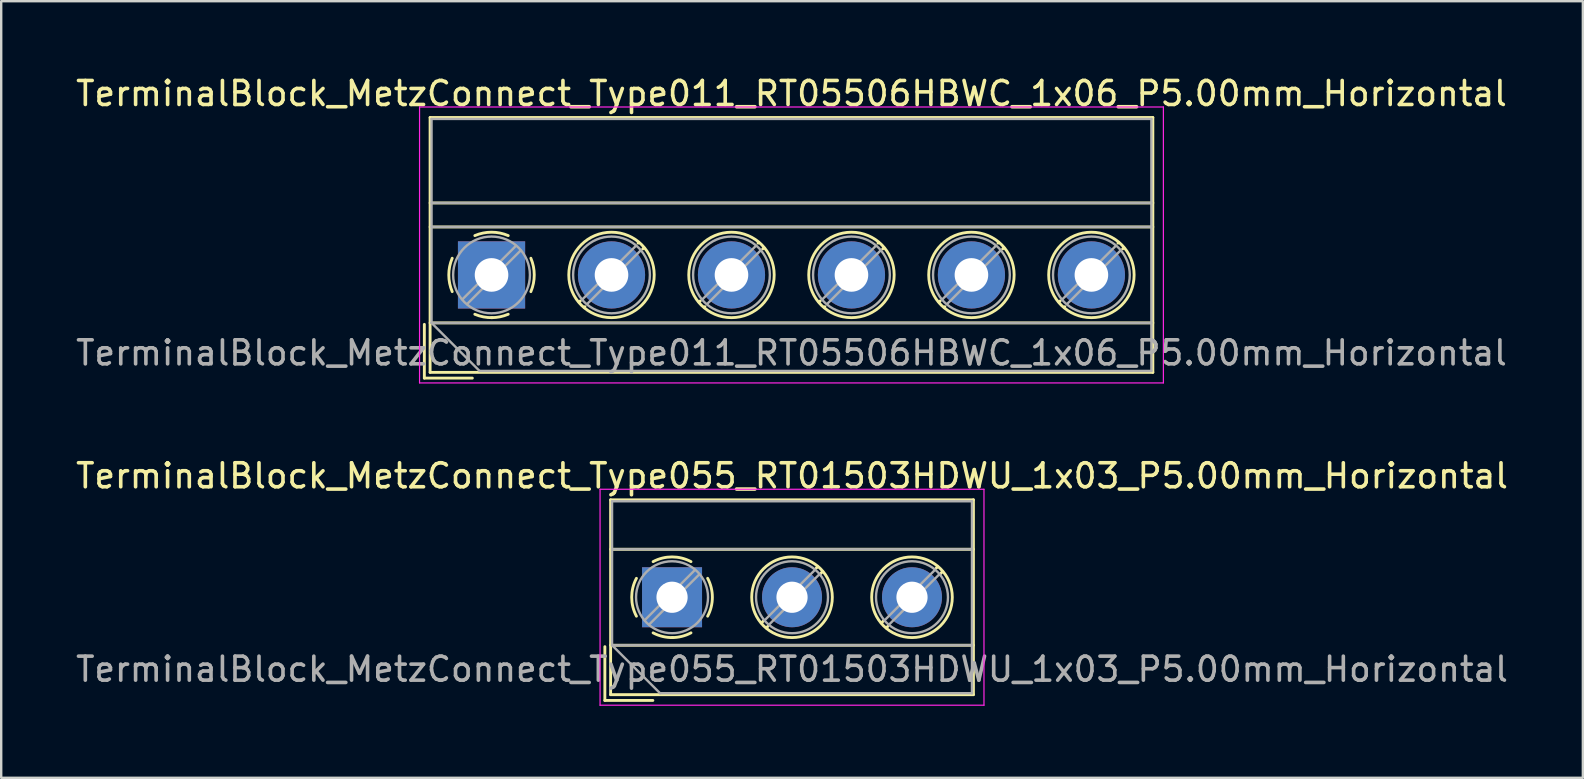
<source format=kicad_pcb>
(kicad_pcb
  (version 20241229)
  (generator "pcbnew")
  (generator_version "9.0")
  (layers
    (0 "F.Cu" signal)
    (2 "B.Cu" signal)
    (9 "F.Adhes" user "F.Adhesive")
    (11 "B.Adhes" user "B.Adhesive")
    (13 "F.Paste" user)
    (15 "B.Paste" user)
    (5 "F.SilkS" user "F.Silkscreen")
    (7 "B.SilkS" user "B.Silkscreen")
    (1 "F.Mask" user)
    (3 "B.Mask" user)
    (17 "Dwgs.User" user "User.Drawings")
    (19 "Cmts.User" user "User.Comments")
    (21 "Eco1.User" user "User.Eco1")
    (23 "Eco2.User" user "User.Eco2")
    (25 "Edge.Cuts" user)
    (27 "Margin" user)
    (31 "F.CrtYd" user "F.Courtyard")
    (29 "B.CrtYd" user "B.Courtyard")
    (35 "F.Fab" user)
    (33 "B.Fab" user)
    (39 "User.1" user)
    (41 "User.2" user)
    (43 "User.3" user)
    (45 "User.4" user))
  (footprint "TerminalBlock_MetzConnect_Type011_RT05506HBWC_1x06_P5.00mm_Horizontal"
    (layer "F.Cu")
    (at 17.435 8.408)
    (property "Reference" "TerminalBlock_MetzConnect_Type011_RT05506HBWC_1x06_P5.00mm_Horizontal" (at 12.5 -7.56 0) (layer "F.SilkS") (effects (font (size 1 1) (thickness 0.15))))
    (attr through_hole)
    (fp_line (start -2.8 2.06) (end -2.8 4.3) (stroke (width 0.12) (type solid)) (layer "F.SilkS"))
    (fp_line (start -2.8 4.3) (end -0.8 4.3) (stroke (width 0.12) (type solid)) (layer "F.SilkS"))
    (fp_line (start -2.56 -6.56) (end -2.56 4.06) (stroke (width 0.12) (type solid)) (layer "F.SilkS"))
    (fp_line (start -2.56 -6.56) (end 27.56 -6.56) (stroke (width 0.12) (type solid)) (layer "F.SilkS"))
    (fp_line (start -2.56 -3) (end 27.56 -3) (stroke (width 0.12) (type solid)) (layer "F.SilkS"))
    (fp_line (start -2.56 -2) (end 27.56 -2) (stroke (width 0.12) (type solid)) (layer "F.SilkS"))
    (fp_line (start -2.56 2) (end 27.56 2) (stroke (width 0.12) (type solid)) (layer "F.SilkS"))
    (fp_line (start -2.56 4.06) (end 27.56 4.06) (stroke (width 0.12) (type solid)) (layer "F.SilkS"))
    (fp_line (start 3.7 1.083) (end 3.65 1.133) (stroke (width 0.12) (type solid)) (layer "F.SilkS"))
    (fp_line (start 3.892 1.325) (end 3.868 1.35) (stroke (width 0.12) (type solid)) (layer "F.SilkS"))
    (fp_line (start 6.133 -1.35) (end 6.108 -1.326) (stroke (width 0.12) (type solid)) (layer "F.SilkS"))
    (fp_line (start 6.35 -1.133) (end 6.301 -1.083) (stroke (width 0.12) (type solid)) (layer "F.SilkS"))
    (fp_line (start 8.7 1.083) (end 8.65 1.133) (stroke (width 0.12) (type solid)) (layer "F.SilkS"))
    (fp_line (start 8.892 1.325) (end 8.868 1.35) (stroke (width 0.12) (type solid)) (layer "F.SilkS"))
    (fp_line (start 11.133 -1.35) (end 11.108 -1.326) (stroke (width 0.12) (type solid)) (layer "F.SilkS"))
    (fp_line (start 11.35 -1.133) (end 11.301 -1.083) (stroke (width 0.12) (type solid)) (layer "F.SilkS"))
    (fp_line (start 13.7 1.083) (end 13.65 1.133) (stroke (width 0.12) (type solid)) (layer "F.SilkS"))
    (fp_line (start 13.892 1.325) (end 13.868 1.35) (stroke (width 0.12) (type solid)) (layer "F.SilkS"))
    (fp_line (start 16.133 -1.35) (end 16.108 -1.326) (stroke (width 0.12) (type solid)) (layer "F.SilkS"))
    (fp_line (start 16.35 -1.133) (end 16.301 -1.083) (stroke (width 0.12) (type solid)) (layer "F.SilkS"))
    (fp_line (start 18.7 1.083) (end 18.65 1.133) (stroke (width 0.12) (type solid)) (layer "F.SilkS"))
    (fp_line (start 18.892 1.325) (end 18.868 1.35) (stroke (width 0.12) (type solid)) (layer "F.SilkS"))
    (fp_line (start 21.133 -1.35) (end 21.108 -1.326) (stroke (width 0.12) (type solid)) (layer "F.SilkS"))
    (fp_line (start 21.35 -1.133) (end 21.301 -1.083) (stroke (width 0.12) (type solid)) (layer "F.SilkS"))
    (fp_line (start 23.7 1.083) (end 23.65 1.133) (stroke (width 0.12) (type solid)) (layer "F.SilkS"))
    (fp_line (start 23.892 1.325) (end 23.868 1.35) (stroke (width 0.12) (type solid)) (layer "F.SilkS"))
    (fp_line (start 26.133 -1.35) (end 26.108 -1.326) (stroke (width 0.12) (type solid)) (layer "F.SilkS"))
    (fp_line (start 26.35 -1.133) (end 26.301 -1.083) (stroke (width 0.12) (type solid)) (layer "F.SilkS"))
    (fp_line (start 27.56 -6.56) (end 27.56 4.06) (stroke (width 0.12) (type solid)) (layer "F.SilkS"))
    (fp_arc (start -1.639206 0.695516) (mid -1.780657 -0.000263) (end -1.639 -0.696) (stroke (width 0.12) (type solid)) (layer "F.SilkS"))
    (fp_arc (start -0.695516 -1.639206) (mid 0.000263 -1.780657) (end 0.696 -1.639) (stroke (width 0.12) (type solid)) (layer "F.SilkS"))
    (fp_arc (start 0.030814 1.78039) (mid -0.340023 1.747891) (end -0.696 1.639) (stroke (width 0.12) (type solid)) (layer "F.SilkS"))
    (fp_arc (start 0.695501 1.638499) (mid 0.354875 1.744266) (end 0 1.78) (stroke (width 0.12) (type solid)) (layer "F.SilkS"))
    (fp_arc (start 1.639206 -0.695516) (mid 1.780657 0.000263) (end 1.639 0.696) (stroke (width 0.12) (type solid)) (layer "F.SilkS"))
    (fp_circle (center 5 0) (end 6.78 0) (stroke (width 0.12) (type solid)) (fill no) (layer "F.SilkS"))
    (fp_circle (center 10 0) (end 11.78 0) (stroke (width 0.12) (type solid)) (fill no) (layer "F.SilkS"))
    (fp_circle (center 15 0) (end 16.78 0) (stroke (width 0.12) (type solid)) (fill no) (layer "F.SilkS"))
    (fp_circle (center 20 0) (end 21.78 0) (stroke (width 0.12) (type solid)) (fill no) (layer "F.SilkS"))
    (fp_circle (center 25 0) (end 26.78 0) (stroke (width 0.12) (type solid)) (fill no) (layer "F.SilkS"))
    (fp_line (start -3 -7) (end -3 4.5) (stroke (width 0.05) (type solid)) (layer "F.CrtYd"))
    (fp_line (start -3 4.5) (end 28 4.5) (stroke (width 0.05) (type solid)) (layer "F.CrtYd"))
    (fp_line (start 28 -7) (end -3 -7) (stroke (width 0.05) (type solid)) (layer "F.CrtYd"))
    (fp_line (start 28 4.5) (end 28 -7) (stroke (width 0.05) (type solid)) (layer "F.CrtYd"))
    (fp_line (start -2.5 -6.5) (end 27.5 -6.5) (stroke (width 0.1) (type solid)) (layer "F.Fab"))
    (fp_line (start -2.5 -3) (end 27.5 -3) (stroke (width 0.1) (type solid)) (layer "F.Fab"))
    (fp_line (start -2.5 -2) (end 27.5 -2) (stroke (width 0.1) (type solid)) (layer "F.Fab"))
    (fp_line (start -2.5 2) (end -2.5 -6.5) (stroke (width 0.1) (type solid)) (layer "F.Fab"))
    (fp_line (start -2.5 2) (end 27.5 2) (stroke (width 0.1) (type solid)) (layer "F.Fab"))
    (fp_line (start -0.5 4) (end -2.5 2) (stroke (width 0.1) (type solid)) (layer "F.Fab"))
    (fp_line (start 1.019 -1.214) (end -1.214 1.018) (stroke (width 0.1) (type solid)) (layer "F.Fab"))
    (fp_line (start 1.214 -1.019) (end -1.019 1.214) (stroke (width 0.1) (type solid)) (layer "F.Fab"))
    (fp_line (start 6.019 -1.214) (end 3.787 1.018) (stroke (width 0.1) (type solid)) (layer "F.Fab"))
    (fp_line (start 6.214 -1.019) (end 3.982 1.214) (stroke (width 0.1) (type solid)) (layer "F.Fab"))
    (fp_line (start 11.019 -1.214) (end 8.787 1.018) (stroke (width 0.1) (type solid)) (layer "F.Fab"))
    (fp_line (start 11.214 -1.019) (end 8.982 1.214) (stroke (width 0.1) (type solid)) (layer "F.Fab"))
    (fp_line (start 16.019 -1.214) (end 13.787 1.018) (stroke (width 0.1) (type solid)) (layer "F.Fab"))
    (fp_line (start 16.214 -1.019) (end 13.982 1.214) (stroke (width 0.1) (type solid)) (layer "F.Fab"))
    (fp_line (start 21.019 -1.214) (end 18.787 1.018) (stroke (width 0.1) (type solid)) (layer "F.Fab"))
    (fp_line (start 21.214 -1.019) (end 18.982 1.214) (stroke (width 0.1) (type solid)) (layer "F.Fab"))
    (fp_line (start 26.019 -1.214) (end 23.787 1.018) (stroke (width 0.1) (type solid)) (layer "F.Fab"))
    (fp_line (start 26.214 -1.019) (end 23.982 1.214) (stroke (width 0.1) (type solid)) (layer "F.Fab"))
    (fp_line (start 27.5 -6.5) (end 27.5 4) (stroke (width 0.1) (type solid)) (layer "F.Fab"))
    (fp_line (start 27.5 4) (end -0.5 4) (stroke (width 0.1) (type solid)) (layer "F.Fab"))
    (fp_circle (center 0 0) (end 1.6 0) (stroke (width 0.1) (type solid)) (fill no) (layer "F.Fab"))
    (fp_circle (center 5 0) (end 6.6 0) (stroke (width 0.1) (type solid)) (fill no) (layer "F.Fab"))
    (fp_circle (center 10 0) (end 11.6 0) (stroke (width 0.1) (type solid)) (fill no) (layer "F.Fab"))
    (fp_circle (center 15 0) (end 16.6 0) (stroke (width 0.1) (type solid)) (fill no) (layer "F.Fab"))
    (fp_circle (center 20 0) (end 21.6 0) (stroke (width 0.1) (type solid)) (fill no) (layer "F.Fab"))
    (fp_circle (center 25 0) (end 26.6 0) (stroke (width 0.1) (type solid)) (fill no) (layer "F.Fab"))
    (fp_text user "${REFERENCE}" (at 12.5 3.25 0) (layer "F.Fab") (effects (font (size 1 1) (thickness 0.15))))
    (pad "1" thru_hole rect (at 0 0) (size 2.8 2.8) (drill 1.4) (layers "*.Cu" "*.Mask"))
    (pad "2" thru_hole circle (at 5 0) (size 2.8 2.8) (drill 1.4) (layers "*.Cu" "*.Mask"))
    (pad "3" thru_hole circle (at 10 0) (size 2.8 2.8) (drill 1.4) (layers "*.Cu" "*.Mask"))
    (pad "4" thru_hole circle (at 15 0) (size 2.8 2.8) (drill 1.4) (layers "*.Cu" "*.Mask"))
    (pad "5" thru_hole circle (at 20 0) (size 2.8 2.8) (drill 1.4) (layers "*.Cu" "*.Mask"))
    (pad "6" thru_hole circle (at 25 0) (size 2.8 2.8) (drill 1.4) (layers "*.Cu" "*.Mask")))
  (footprint "TerminalBlock_MetzConnect_Type055_RT01503HDWU_1x03_P5.00mm_Horizontal"
    (layer "F.Cu")
    (at 24.958 21.841)
    (property "Reference" "TerminalBlock_MetzConnect_Type055_RT01503HDWU_1x03_P5.00mm_Horizontal" (at 5 -5.06 0) (layer "F.SilkS") (effects (font (size 1 1) (thickness 0.15))))
    (attr through_hole)
    (fp_line (start -2.8 2.06) (end -2.8 4.3) (stroke (width 0.12) (type solid)) (layer "F.SilkS"))
    (fp_line (start -2.8 4.3) (end -0.8 4.3) (stroke (width 0.12) (type solid)) (layer "F.SilkS"))
    (fp_line (start -2.56 -4.06) (end -2.56 4.06) (stroke (width 0.12) (type solid)) (layer "F.SilkS"))
    (fp_line (start -2.56 -4.06) (end 12.56 -4.06) (stroke (width 0.12) (type solid)) (layer "F.SilkS"))
    (fp_line (start -2.56 -2) (end 12.56 -2) (stroke (width 0.12) (type solid)) (layer "F.SilkS"))
    (fp_line (start -2.56 2) (end 12.56 2) (stroke (width 0.12) (type solid)) (layer "F.SilkS"))
    (fp_line (start -2.56 4.06) (end 12.56 4.06) (stroke (width 0.12) (type solid)) (layer "F.SilkS"))
    (fp_line (start 3.82 0.976) (end 3.726 1.069) (stroke (width 0.12) (type solid)) (layer "F.SilkS"))
    (fp_line (start 3.99 1.216) (end 3.931 1.274) (stroke (width 0.12) (type solid)) (layer "F.SilkS"))
    (fp_line (start 6.07 -1.275) (end 6.011 -1.216) (stroke (width 0.12) (type solid)) (layer "F.SilkS"))
    (fp_line (start 6.275 -1.069) (end 6.181 -0.976) (stroke (width 0.12) (type solid)) (layer "F.SilkS"))
    (fp_line (start 8.82 0.976) (end 8.726 1.069) (stroke (width 0.12) (type solid)) (layer "F.SilkS"))
    (fp_line (start 8.99 1.216) (end 8.931 1.274) (stroke (width 0.12) (type solid)) (layer "F.SilkS"))
    (fp_line (start 11.07 -1.275) (end 11.011 -1.216) (stroke (width 0.12) (type solid)) (layer "F.SilkS"))
    (fp_line (start 11.275 -1.069) (end 11.181 -0.976) (stroke (width 0.12) (type solid)) (layer "F.SilkS"))
    (fp_line (start 12.56 -4.06) (end 12.56 4.06) (stroke (width 0.12) (type solid)) (layer "F.SilkS"))
    (fp_arc (start -1.483953 0.789089) (mid -1.680708 0.00005) (end -1.484 -0.789) (stroke (width 0.12) (type solid)) (layer "F.SilkS"))
    (fp_arc (start -0.789089 -1.483953) (mid -0.00005 -1.680708) (end 0.789 -1.484) (stroke (width 0.12) (type solid)) (layer "F.SilkS"))
    (fp_arc (start 0.029383 1.68045) (mid -0.392304 1.634281) (end -0.789 1.484) (stroke (width 0.12) (type solid)) (layer "F.SilkS"))
    (fp_arc (start 0.788712 1.483352) (mid 0.406429 1.630097) (end 0 1.68) (stroke (width 0.12) (type solid)) (layer "F.SilkS"))
    (fp_arc (start 1.483953 -0.789089) (mid 1.680708 -0.00005) (end 1.484 0.789) (stroke (width 0.12) (type solid)) (layer "F.SilkS"))
    (fp_circle (center 5 0) (end 6.68 0) (stroke (width 0.12) (type solid)) (fill no) (layer "F.SilkS"))
    (fp_circle (center 10 0) (end 11.68 0) (stroke (width 0.12) (type solid)) (fill no) (layer "F.SilkS"))
    (fp_line (start -3 -4.5) (end -3 4.5) (stroke (width 0.05) (type solid)) (layer "F.CrtYd"))
    (fp_line (start -3 4.5) (end 13 4.5) (stroke (width 0.05) (type solid)) (layer "F.CrtYd"))
    (fp_line (start 13 -4.5) (end -3 -4.5) (stroke (width 0.05) (type solid)) (layer "F.CrtYd"))
    (fp_line (start 13 4.5) (end 13 -4.5) (stroke (width 0.05) (type solid)) (layer "F.CrtYd"))
    (fp_line (start -2.5 -4) (end 12.5 -4) (stroke (width 0.1) (type solid)) (layer "F.Fab"))
    (fp_line (start -2.5 -2) (end 12.5 -2) (stroke (width 0.1) (type solid)) (layer "F.Fab"))
    (fp_line (start -2.5 2) (end -2.5 -4) (stroke (width 0.1) (type solid)) (layer "F.Fab"))
    (fp_line (start -2.5 2) (end 12.5 2) (stroke (width 0.1) (type solid)) (layer "F.Fab"))
    (fp_line (start -0.5 4) (end -2.5 2) (stroke (width 0.1) (type solid)) (layer "F.Fab"))
    (fp_line (start 0.955 -1.138) (end -1.138 0.955) (stroke (width 0.1) (type solid)) (layer "F.Fab"))
    (fp_line (start 1.138 -0.955) (end -0.955 1.138) (stroke (width 0.1) (type solid)) (layer "F.Fab"))
    (fp_line (start 5.955 -1.138) (end 3.863 0.955) (stroke (width 0.1) (type solid)) (layer "F.Fab"))
    (fp_line (start 6.138 -0.955) (end 4.046 1.138) (stroke (width 0.1) (type solid)) (layer "F.Fab"))
    (fp_line (start 10.955 -1.138) (end 8.863 0.955) (stroke (width 0.1) (type solid)) (layer "F.Fab"))
    (fp_line (start 11.138 -0.955) (end 9.046 1.138) (stroke (width 0.1) (type solid)) (layer "F.Fab"))
    (fp_line (start 12.5 -4) (end 12.5 4) (stroke (width 0.1) (type solid)) (layer "F.Fab"))
    (fp_line (start 12.5 4) (end -0.5 4) (stroke (width 0.1) (type solid)) (layer "F.Fab"))
    (fp_circle (center 0 0) (end 1.5 0) (stroke (width 0.1) (type solid)) (fill no) (layer "F.Fab"))
    (fp_circle (center 5 0) (end 6.5 0) (stroke (width 0.1) (type solid)) (fill no) (layer "F.Fab"))
    (fp_circle (center 10 0) (end 11.5 0) (stroke (width 0.1) (type solid)) (fill no) (layer "F.Fab"))
    (fp_text user "${REFERENCE}" (at 5 3 0) (layer "F.Fab") (effects (font (size 1 1) (thickness 0.15))))
    (pad "1" thru_hole rect (at 0 0) (size 2.5 2.5) (drill 1.3) (layers "*.Cu" "*.Mask"))
    (pad "2" thru_hole circle (at 5 0) (size 2.5 2.5) (drill 1.3) (layers "*.Cu" "*.Mask"))
    (pad "3" thru_hole circle (at 10 0) (size 2.5 2.5) (drill 1.3) (layers "*.Cu" "*.Mask")))
  (gr_rect
    (start -3 -3)
    (end 62.917 29.366)
    (stroke (width 0.1) (type default))
    (fill no)
    (layer "Edge.Cuts")))
</source>
